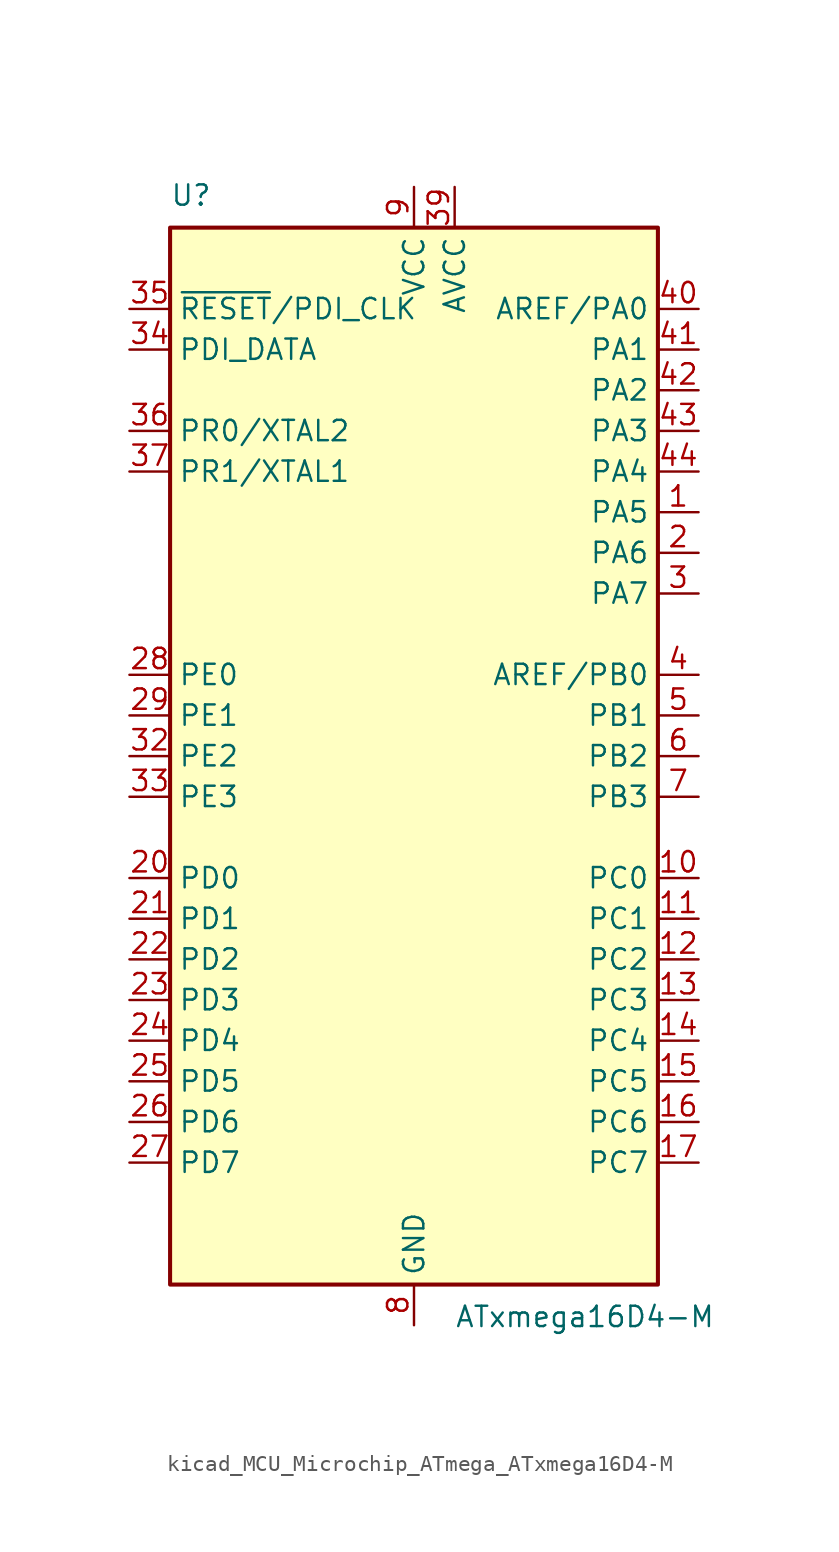
<source format=kicad_sym>
(kicad_symbol_lib
  (version 20220914)
  (generator kicad_symbol_editor)
  (symbol "kicad_MCU_Microchip_ATmega_ATxmega16D4-M"
    (property "Reference" "U"
      (at -15.24 34.29 0)
      (effects (font (size 1.27 1.27)) (justify left bottom)))
    (property "Value" "ATxmega16D4-M"
      (at 2.54 -34.29 0)
      (effects (font (size 1.27 1.27)) (justify left top)))
    (symbol "kicad_MCU_Microchip_ATmega_ATxmega16D4-M_0_1"
      (rectangle (start -15.24 -33.02) (end 15.24 33.02) (stroke (width 0.254) (type default)) (fill (type background))))
    (symbol "kicad_MCU_Microchip_ATmega_ATxmega16D4-M_1_1"
      (pin bidirectional line (at 17.78 15.24 180) (length 2.54) (name "PA5" (effects (font (size 1.27 1.27)))) (number "1" (effects (font (size 1.27 1.27)))))
      (pin bidirectional line (at 17.78 -7.62 180) (length 2.54) (name "PC0" (effects (font (size 1.27 1.27)))) (number "10" (effects (font (size 1.27 1.27)))))
      (pin bidirectional line (at 17.78 -10.16 180) (length 2.54) (name "PC1" (effects (font (size 1.27 1.27)))) (number "11" (effects (font (size 1.27 1.27)))))
      (pin bidirectional line (at 17.78 -12.7 180) (length 2.54) (name "PC2" (effects (font (size 1.27 1.27)))) (number "12" (effects (font (size 1.27 1.27)))))
      (pin bidirectional line (at 17.78 -15.24 180) (length 2.54) (name "PC3" (effects (font (size 1.27 1.27)))) (number "13" (effects (font (size 1.27 1.27)))))
      (pin bidirectional line (at 17.78 -17.78 180) (length 2.54) (name "PC4" (effects (font (size 1.27 1.27)))) (number "14" (effects (font (size 1.27 1.27)))))
      (pin bidirectional line (at 17.78 -20.32 180) (length 2.54) (name "PC5" (effects (font (size 1.27 1.27)))) (number "15" (effects (font (size 1.27 1.27)))))
      (pin bidirectional line (at 17.78 -22.86 180) (length 2.54) (name "PC6" (effects (font (size 1.27 1.27)))) (number "16" (effects (font (size 1.27 1.27)))))
      (pin bidirectional line (at 17.78 -25.4 180) (length 2.54) (name "PC7" (effects (font (size 1.27 1.27)))) (number "17" (effects (font (size 1.27 1.27)))))
      (pin passive line (at 0 -35.56 90) (length 2.54) hide (name "GND" (effects (font (size 1.27 1.27)))) (number "18" (effects (font (size 1.27 1.27)))))
      (pin passive line (at 0 35.56 270) (length 2.54) hide (name "VCC" (effects (font (size 1.27 1.27)))) (number "19" (effects (font (size 1.27 1.27)))))
      (pin bidirectional line (at 17.78 12.7 180) (length 2.54) (name "PA6" (effects (font (size 1.27 1.27)))) (number "2" (effects (font (size 1.27 1.27)))))
      (pin bidirectional line (at -17.78 -7.62 0) (length 2.54) (name "PD0" (effects (font (size 1.27 1.27)))) (number "20" (effects (font (size 1.27 1.27)))))
      (pin bidirectional line (at -17.78 -10.16 0) (length 2.54) (name "PD1" (effects (font (size 1.27 1.27)))) (number "21" (effects (font (size 1.27 1.27)))))
      (pin bidirectional line (at -17.78 -12.7 0) (length 2.54) (name "PD2" (effects (font (size 1.27 1.27)))) (number "22" (effects (font (size 1.27 1.27)))))
      (pin bidirectional line (at -17.78 -15.24 0) (length 2.54) (name "PD3" (effects (font (size 1.27 1.27)))) (number "23" (effects (font (size 1.27 1.27)))))
      (pin bidirectional line (at -17.78 -17.78 0) (length 2.54) (name "PD4" (effects (font (size 1.27 1.27)))) (number "24" (effects (font (size 1.27 1.27)))))
      (pin bidirectional line (at -17.78 -20.32 0) (length 2.54) (name "PD5" (effects (font (size 1.27 1.27)))) (number "25" (effects (font (size 1.27 1.27)))))
      (pin bidirectional line (at -17.78 -22.86 0) (length 2.54) (name "PD6" (effects (font (size 1.27 1.27)))) (number "26" (effects (font (size 1.27 1.27)))))
      (pin bidirectional line (at -17.78 -25.4 0) (length 2.54) (name "PD7" (effects (font (size 1.27 1.27)))) (number "27" (effects (font (size 1.27 1.27)))))
      (pin bidirectional line (at -17.78 5.08 0) (length 2.54) (name "PE0" (effects (font (size 1.27 1.27)))) (number "28" (effects (font (size 1.27 1.27)))))
      (pin bidirectional line (at -17.78 2.54 0) (length 2.54) (name "PE1" (effects (font (size 1.27 1.27)))) (number "29" (effects (font (size 1.27 1.27)))))
      (pin bidirectional line (at 17.78 10.16 180) (length 2.54) (name "PA7" (effects (font (size 1.27 1.27)))) (number "3" (effects (font (size 1.27 1.27)))))
      (pin passive line (at 0 -35.56 90) (length 2.54) hide (name "GND" (effects (font (size 1.27 1.27)))) (number "30" (effects (font (size 1.27 1.27)))))
      (pin passive line (at 0 35.56 270) (length 2.54) hide (name "VCC" (effects (font (size 1.27 1.27)))) (number "31" (effects (font (size 1.27 1.27)))))
      (pin bidirectional line (at -17.78 0 0) (length 2.54) (name "PE2" (effects (font (size 1.27 1.27)))) (number "32" (effects (font (size 1.27 1.27)))))
      (pin bidirectional line (at -17.78 -2.54 0) (length 2.54) (name "PE3" (effects (font (size 1.27 1.27)))) (number "33" (effects (font (size 1.27 1.27)))))
      (pin bidirectional line (at -17.78 25.4 0) (length 2.54) (name "PDI_DATA" (effects (font (size 1.27 1.27)))) (number "34" (effects (font (size 1.27 1.27)))))
      (pin input line (at -17.78 27.94 0) (length 2.54) (name "~{RESET}/PDI_CLK" (effects (font (size 1.27 1.27)))) (number "35" (effects (font (size 1.27 1.27)))))
      (pin bidirectional line (at -17.78 20.32 0) (length 2.54) (name "PR0/XTAL2" (effects (font (size 1.27 1.27)))) (number "36" (effects (font (size 1.27 1.27)))))
      (pin bidirectional line (at -17.78 17.78 0) (length 2.54) (name "PR1/XTAL1" (effects (font (size 1.27 1.27)))) (number "37" (effects (font (size 1.27 1.27)))))
      (pin passive line (at 0 -35.56 90) (length 2.54) hide (name "GND" (effects (font (size 1.27 1.27)))) (number "38" (effects (font (size 1.27 1.27)))))
      (pin power_in line (at 2.54 35.56 270) (length 2.54) (name "AVCC" (effects (font (size 1.27 1.27)))) (number "39" (effects (font (size 1.27 1.27)))))
      (pin bidirectional line (at 17.78 5.08 180) (length 2.54) (name "AREF/PB0" (effects (font (size 1.27 1.27)))) (number "4" (effects (font (size 1.27 1.27)))))
      (pin bidirectional line (at 17.78 27.94 180) (length 2.54) (name "AREF/PA0" (effects (font (size 1.27 1.27)))) (number "40" (effects (font (size 1.27 1.27)))))
      (pin bidirectional line (at 17.78 25.4 180) (length 2.54) (name "PA1" (effects (font (size 1.27 1.27)))) (number "41" (effects (font (size 1.27 1.27)))))
      (pin bidirectional line (at 17.78 22.86 180) (length 2.54) (name "PA2" (effects (font (size 1.27 1.27)))) (number "42" (effects (font (size 1.27 1.27)))))
      (pin bidirectional line (at 17.78 20.32 180) (length 2.54) (name "PA3" (effects (font (size 1.27 1.27)))) (number "43" (effects (font (size 1.27 1.27)))))
      (pin bidirectional line (at 17.78 17.78 180) (length 2.54) (name "PA4" (effects (font (size 1.27 1.27)))) (number "44" (effects (font (size 1.27 1.27)))))
      (pin passive line (at 0 -35.56 90) (length 2.54) hide (name "GND" (effects (font (size 1.27 1.27)))) (number "45" (effects (font (size 1.27 1.27)))))
      (pin bidirectional line (at 17.78 2.54 180) (length 2.54) (name "PB1" (effects (font (size 1.27 1.27)))) (number "5" (effects (font (size 1.27 1.27)))))
      (pin bidirectional line (at 17.78 0 180) (length 2.54) (name "PB2" (effects (font (size 1.27 1.27)))) (number "6" (effects (font (size 1.27 1.27)))))
      (pin bidirectional line (at 17.78 -2.54 180) (length 2.54) (name "PB3" (effects (font (size 1.27 1.27)))) (number "7" (effects (font (size 1.27 1.27)))))
      (pin power_in line (at 0 -35.56 90) (length 2.54) (name "GND" (effects (font (size 1.27 1.27)))) (number "8" (effects (font (size 1.27 1.27)))))
      (pin power_in line (at 0 35.56 270) (length 2.54) (name "VCC" (effects (font (size 1.27 1.27)))) (number "9" (effects (font (size 1.27 1.27))))))))
</source>
